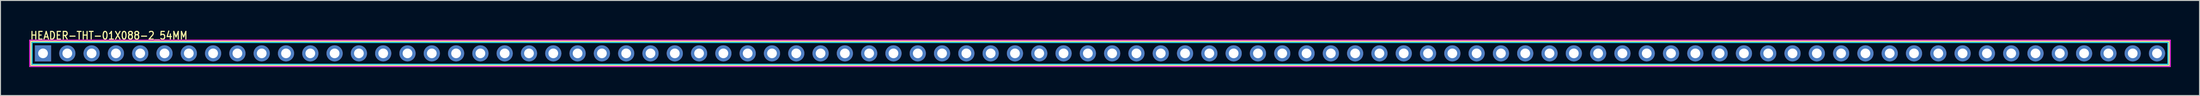
<source format=kicad_pcb>
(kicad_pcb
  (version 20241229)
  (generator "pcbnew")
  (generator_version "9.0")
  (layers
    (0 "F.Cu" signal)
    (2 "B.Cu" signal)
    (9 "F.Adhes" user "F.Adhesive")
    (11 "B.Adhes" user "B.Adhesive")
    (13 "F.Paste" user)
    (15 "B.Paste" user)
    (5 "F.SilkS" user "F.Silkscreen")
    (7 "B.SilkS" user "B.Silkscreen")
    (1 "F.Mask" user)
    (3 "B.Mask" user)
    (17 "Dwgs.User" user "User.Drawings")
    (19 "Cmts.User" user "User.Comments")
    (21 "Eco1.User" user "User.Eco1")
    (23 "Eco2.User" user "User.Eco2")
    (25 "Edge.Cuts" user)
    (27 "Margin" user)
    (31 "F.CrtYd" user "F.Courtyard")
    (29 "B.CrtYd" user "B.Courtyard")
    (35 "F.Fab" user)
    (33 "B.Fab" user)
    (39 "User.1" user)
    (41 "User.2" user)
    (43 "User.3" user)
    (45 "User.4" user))
  (footprint "HEADER-THT-01X088-2_54MM"
    (layer "F.Cu")
    (at 1.447 2.579)
    (property "Reference" "HEADER-THT-01X088-2_54MM" (at -1.4 -1.4 0) (unlocked yes) (layer "F.SilkS") (effects (font (size 0.813 0.695) (thickness 0.122)) (justify left bottom)))
    (fp_line (start -1.27 -1.27) (end -1.27 1.27) (stroke (width 0.127) (type solid)) (layer "F.SilkS"))
    (fp_line (start -1.27 1.27) (end 222.25 1.27) (stroke (width 0.127) (type solid)) (layer "F.SilkS"))
    (fp_line (start 222.25 -1.27) (end -1.27 -1.27) (stroke (width 0.127) (type solid)) (layer "F.SilkS"))
    (fp_line (start 222.25 1.27) (end 222.25 -1.27) (stroke (width 0.127) (type solid)) (layer "F.SilkS"))
    (fp_poly (pts (xy -1.143 -1.143) (xy 222.123 -1.143) (xy 222.123 1.143) (xy -1.143 1.143)) (stroke (width 0.1) (type solid)) (fill no) (layer "B.CrtYd"))
    (fp_poly (pts (xy -1.397 -1.397) (xy 222.377 -1.397) (xy 222.377 1.397) (xy -1.397 1.397)) (stroke (width 0.1) (type solid)) (fill no) (layer "F.CrtYd"))
    (pad "P$1" thru_hole rect (at 0 0) (size 1.693 1.693) (drill 1.016) (layers "*.Cu" "*.Mask"))
    (pad "P$2" thru_hole oval (at 2.54 0) (size 1.693 1.693) (drill 1.016) (layers "*.Cu" "*.Mask"))
    (pad "P$3" thru_hole oval (at 5.08 0) (size 1.693 1.693) (drill 1.016) (layers "*.Cu" "*.Mask"))
    (pad "P$4" thru_hole oval (at 7.62 0) (size 1.693 1.693) (drill 1.016) (layers "*.Cu" "*.Mask"))
    (pad "P$5" thru_hole oval (at 10.16 0) (size 1.693 1.693) (drill 1.016) (layers "*.Cu" "*.Mask"))
    (pad "P$6" thru_hole oval (at 12.7 0) (size 1.693 1.693) (drill 1.016) (layers "*.Cu" "*.Mask"))
    (pad "P$7" thru_hole oval (at 15.24 0) (size 1.693 1.693) (drill 1.016) (layers "*.Cu" "*.Mask"))
    (pad "P$8" thru_hole oval (at 17.78 0) (size 1.693 1.693) (drill 1.016) (layers "*.Cu" "*.Mask"))
    (pad "P$9" thru_hole oval (at 20.32 0) (size 1.693 1.693) (drill 1.016) (layers "*.Cu" "*.Mask"))
    (pad "P$10" thru_hole oval (at 22.86 0) (size 1.693 1.693) (drill 1.016) (layers "*.Cu" "*.Mask"))
    (pad "P$11" thru_hole oval (at 25.4 0) (size 1.693 1.693) (drill 1.016) (layers "*.Cu" "*.Mask"))
    (pad "P$12" thru_hole oval (at 27.94 0) (size 1.693 1.693) (drill 1.016) (layers "*.Cu" "*.Mask"))
    (pad "P$13" thru_hole oval (at 30.48 0) (size 1.693 1.693) (drill 1.016) (layers "*.Cu" "*.Mask"))
    (pad "P$14" thru_hole oval (at 33.02 0) (size 1.693 1.693) (drill 1.016) (layers "*.Cu" "*.Mask"))
    (pad "P$15" thru_hole oval (at 35.56 0) (size 1.693 1.693) (drill 1.016) (layers "*.Cu" "*.Mask"))
    (pad "P$16" thru_hole oval (at 38.1 0) (size 1.693 1.693) (drill 1.016) (layers "*.Cu" "*.Mask"))
    (pad "P$17" thru_hole oval (at 40.64 0) (size 1.693 1.693) (drill 1.016) (layers "*.Cu" "*.Mask"))
    (pad "P$18" thru_hole oval (at 43.18 0) (size 1.693 1.693) (drill 1.016) (layers "*.Cu" "*.Mask"))
    (pad "P$19" thru_hole oval (at 45.72 0) (size 1.693 1.693) (drill 1.016) (layers "*.Cu" "*.Mask"))
    (pad "P$20" thru_hole oval (at 48.26 0) (size 1.693 1.693) (drill 1.016) (layers "*.Cu" "*.Mask"))
    (pad "P$21" thru_hole oval (at 50.8 0) (size 1.693 1.693) (drill 1.016) (layers "*.Cu" "*.Mask"))
    (pad "P$22" thru_hole oval (at 53.34 0) (size 1.693 1.693) (drill 1.016) (layers "*.Cu" "*.Mask"))
    (pad "P$23" thru_hole oval (at 55.88 0) (size 1.693 1.693) (drill 1.016) (layers "*.Cu" "*.Mask"))
    (pad "P$24" thru_hole oval (at 58.42 0) (size 1.693 1.693) (drill 1.016) (layers "*.Cu" "*.Mask"))
    (pad "P$25" thru_hole oval (at 60.96 0) (size 1.693 1.693) (drill 1.016) (layers "*.Cu" "*.Mask"))
    (pad "P$26" thru_hole oval (at 63.5 0) (size 1.693 1.693) (drill 1.016) (layers "*.Cu" "*.Mask"))
    (pad "P$27" thru_hole oval (at 66.04 0) (size 1.693 1.693) (drill 1.016) (layers "*.Cu" "*.Mask"))
    (pad "P$28" thru_hole oval (at 68.58 0) (size 1.693 1.693) (drill 1.016) (layers "*.Cu" "*.Mask"))
    (pad "P$29" thru_hole oval (at 71.12 0) (size 1.693 1.693) (drill 1.016) (layers "*.Cu" "*.Mask"))
    (pad "P$30" thru_hole oval (at 73.66 0) (size 1.693 1.693) (drill 1.016) (layers "*.Cu" "*.Mask"))
    (pad "P$31" thru_hole oval (at 76.2 0) (size 1.693 1.693) (drill 1.016) (layers "*.Cu" "*.Mask"))
    (pad "P$32" thru_hole oval (at 78.74 0) (size 1.693 1.693) (drill 1.016) (layers "*.Cu" "*.Mask"))
    (pad "P$33" thru_hole oval (at 81.28 0) (size 1.693 1.693) (drill 1.016) (layers "*.Cu" "*.Mask"))
    (pad "P$34" thru_hole oval (at 83.82 0) (size 1.693 1.693) (drill 1.016) (layers "*.Cu" "*.Mask"))
    (pad "P$35" thru_hole oval (at 86.36 0) (size 1.693 1.693) (drill 1.016) (layers "*.Cu" "*.Mask"))
    (pad "P$36" thru_hole oval (at 88.9 0) (size 1.693 1.693) (drill 1.016) (layers "*.Cu" "*.Mask"))
    (pad "P$37" thru_hole oval (at 91.44 0) (size 1.693 1.693) (drill 1.016) (layers "*.Cu" "*.Mask"))
    (pad "P$38" thru_hole oval (at 93.98 0) (size 1.693 1.693) (drill 1.016) (layers "*.Cu" "*.Mask"))
    (pad "P$39" thru_hole oval (at 96.52 0) (size 1.693 1.693) (drill 1.016) (layers "*.Cu" "*.Mask"))
    (pad "P$40" thru_hole oval (at 99.06 0) (size 1.693 1.693) (drill 1.016) (layers "*.Cu" "*.Mask"))
    (pad "P$41" thru_hole oval (at 101.6 0) (size 1.693 1.693) (drill 1.016) (layers "*.Cu" "*.Mask"))
    (pad "P$42" thru_hole oval (at 104.14 0) (size 1.693 1.693) (drill 1.016) (layers "*.Cu" "*.Mask"))
    (pad "P$43" thru_hole oval (at 106.68 0) (size 1.693 1.693) (drill 1.016) (layers "*.Cu" "*.Mask"))
    (pad "P$44" thru_hole oval (at 109.22 0) (size 1.693 1.693) (drill 1.016) (layers "*.Cu" "*.Mask"))
    (pad "P$45" thru_hole oval (at 111.76 0) (size 1.693 1.693) (drill 1.016) (layers "*.Cu" "*.Mask"))
    (pad "P$46" thru_hole oval (at 114.3 0) (size 1.693 1.693) (drill 1.016) (layers "*.Cu" "*.Mask"))
    (pad "P$47" thru_hole oval (at 116.84 0) (size 1.693 1.693) (drill 1.016) (layers "*.Cu" "*.Mask"))
    (pad "P$48" thru_hole oval (at 119.38 0) (size 1.693 1.693) (drill 1.016) (layers "*.Cu" "*.Mask"))
    (pad "P$49" thru_hole oval (at 121.92 0) (size 1.693 1.693) (drill 1.016) (layers "*.Cu" "*.Mask"))
    (pad "P$50" thru_hole oval (at 124.46 0) (size 1.693 1.693) (drill 1.016) (layers "*.Cu" "*.Mask"))
    (pad "P$51" thru_hole oval (at 127 0) (size 1.693 1.693) (drill 1.016) (layers "*.Cu" "*.Mask"))
    (pad "P$52" thru_hole oval (at 129.54 0) (size 1.693 1.693) (drill 1.016) (layers "*.Cu" "*.Mask"))
    (pad "P$53" thru_hole oval (at 132.08 0) (size 1.693 1.693) (drill 1.016) (layers "*.Cu" "*.Mask"))
    (pad "P$54" thru_hole oval (at 134.62 0) (size 1.693 1.693) (drill 1.016) (layers "*.Cu" "*.Mask"))
    (pad "P$55" thru_hole oval (at 137.16 0) (size 1.693 1.693) (drill 1.016) (layers "*.Cu" "*.Mask"))
    (pad "P$56" thru_hole oval (at 139.7 0) (size 1.693 1.693) (drill 1.016) (layers "*.Cu" "*.Mask"))
    (pad "P$57" thru_hole oval (at 142.24 0) (size 1.693 1.693) (drill 1.016) (layers "*.Cu" "*.Mask"))
    (pad "P$58" thru_hole oval (at 144.78 0) (size 1.693 1.693) (drill 1.016) (layers "*.Cu" "*.Mask"))
    (pad "P$59" thru_hole oval (at 147.32 0) (size 1.693 1.693) (drill 1.016) (layers "*.Cu" "*.Mask"))
    (pad "P$60" thru_hole oval (at 149.86 0) (size 1.693 1.693) (drill 1.016) (layers "*.Cu" "*.Mask"))
    (pad "P$61" thru_hole oval (at 152.4 0) (size 1.693 1.693) (drill 1.016) (layers "*.Cu" "*.Mask"))
    (pad "P$62" thru_hole oval (at 154.94 0) (size 1.693 1.693) (drill 1.016) (layers "*.Cu" "*.Mask"))
    (pad "P$63" thru_hole oval (at 157.48 0) (size 1.693 1.693) (drill 1.016) (layers "*.Cu" "*.Mask"))
    (pad "P$64" thru_hole oval (at 160.02 0) (size 1.693 1.693) (drill 1.016) (layers "*.Cu" "*.Mask"))
    (pad "P$65" thru_hole oval (at 162.56 0) (size 1.693 1.693) (drill 1.016) (layers "*.Cu" "*.Mask"))
    (pad "P$66" thru_hole oval (at 165.1 0) (size 1.693 1.693) (drill 1.016) (layers "*.Cu" "*.Mask"))
    (pad "P$67" thru_hole oval (at 167.64 0) (size 1.693 1.693) (drill 1.016) (layers "*.Cu" "*.Mask"))
    (pad "P$68" thru_hole oval (at 170.18 0) (size 1.693 1.693) (drill 1.016) (layers "*.Cu" "*.Mask"))
    (pad "P$69" thru_hole oval (at 172.72 0) (size 1.693 1.693) (drill 1.016) (layers "*.Cu" "*.Mask"))
    (pad "P$70" thru_hole oval (at 175.26 0) (size 1.693 1.693) (drill 1.016) (layers "*.Cu" "*.Mask"))
    (pad "P$71" thru_hole oval (at 177.8 0) (size 1.693 1.693) (drill 1.016) (layers "*.Cu" "*.Mask"))
    (pad "P$72" thru_hole oval (at 180.34 0) (size 1.693 1.693) (drill 1.016) (layers "*.Cu" "*.Mask"))
    (pad "P$73" thru_hole oval (at 182.88 0) (size 1.693 1.693) (drill 1.016) (layers "*.Cu" "*.Mask"))
    (pad "P$74" thru_hole oval (at 185.42 0) (size 1.693 1.693) (drill 1.016) (layers "*.Cu" "*.Mask"))
    (pad "P$75" thru_hole oval (at 187.96 0) (size 1.693 1.693) (drill 1.016) (layers "*.Cu" "*.Mask"))
    (pad "P$76" thru_hole oval (at 190.5 0) (size 1.693 1.693) (drill 1.016) (layers "*.Cu" "*.Mask"))
    (pad "P$77" thru_hole oval (at 193.04 0) (size 1.693 1.693) (drill 1.016) (layers "*.Cu" "*.Mask"))
    (pad "P$78" thru_hole oval (at 195.58 0) (size 1.693 1.693) (drill 1.016) (layers "*.Cu" "*.Mask"))
    (pad "P$79" thru_hole oval (at 198.12 0) (size 1.693 1.693) (drill 1.016) (layers "*.Cu" "*.Mask"))
    (pad "P$80" thru_hole oval (at 200.66 0) (size 1.693 1.693) (drill 1.016) (layers "*.Cu" "*.Mask"))
    (pad "P$81" thru_hole oval (at 203.2 0) (size 1.693 1.693) (drill 1.016) (layers "*.Cu" "*.Mask"))
    (pad "P$82" thru_hole oval (at 205.74 0) (size 1.693 1.693) (drill 1.016) (layers "*.Cu" "*.Mask"))
    (pad "P$83" thru_hole oval (at 208.28 0) (size 1.693 1.693) (drill 1.016) (layers "*.Cu" "*.Mask"))
    (pad "P$84" thru_hole oval (at 210.82 0) (size 1.693 1.693) (drill 1.016) (layers "*.Cu" "*.Mask"))
    (pad "P$85" thru_hole oval (at 213.36 0) (size 1.693 1.693) (drill 1.016) (layers "*.Cu" "*.Mask"))
    (pad "P$86" thru_hole oval (at 215.9 0) (size 1.693 1.693) (drill 1.016) (layers "*.Cu" "*.Mask"))
    (pad "P$87" thru_hole oval (at 218.44 0) (size 1.693 1.693) (drill 1.016) (layers "*.Cu" "*.Mask"))
    (pad "P$88" thru_hole oval (at 220.98 0) (size 1.693 1.693) (drill 1.016) (layers "*.Cu" "*.Mask")))
  (gr_rect
    (start -3 -3)
    (end 226.874 7.026)
    (stroke (width 0.1) (type default))
    (fill no)
    (layer "Edge.Cuts")))
</source>
